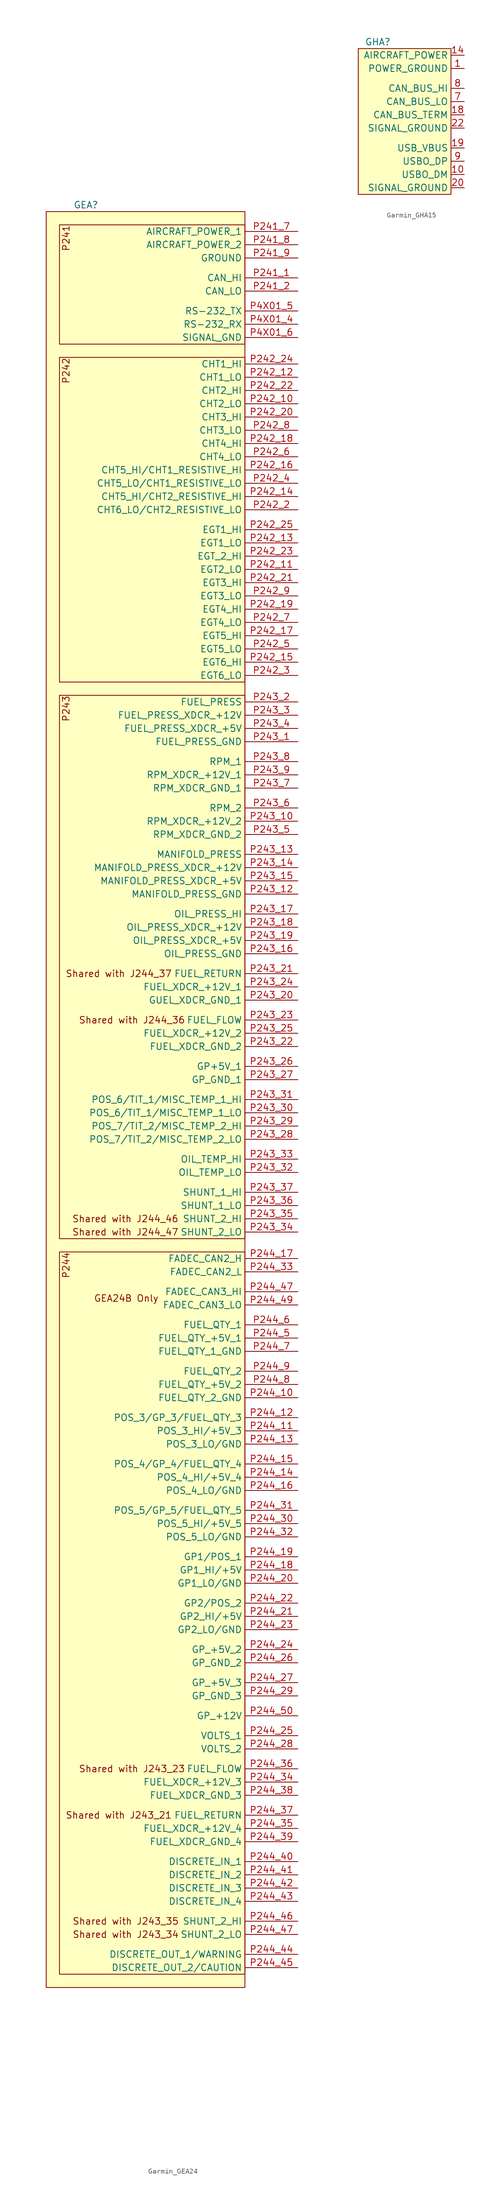
<source format=kicad_sym>
(kicad_symbol_lib
  (version 20220914)
  (generator kicad_symbol_editor)
  (symbol "Garmin_GEA24"
    (property "Reference" "GEA"
      (at 3.81 1.27 0)
      (effects (font (size 1.27 1.27))))
    (property "Value" ""
      (at 0 0 0)
      (effects (font (size 1.27 1.27))))
    (symbol "Garmin_GEA24_1_1"
      (rectangle (start -3.81 0) (end 34.29 -340.36) (stroke (width 0) (type default)) (fill (type background)))
      (rectangle (start -1.27 -199.39) (end 34.29 -337.82) (stroke (width 0) (type default)) (fill (type background)))
      (rectangle (start -1.27 -92.71) (end 34.29 -196.85) (stroke (width 0) (type default)) (fill (type background)))
      (rectangle (start -1.27 -27.94) (end 34.29 -90.17) (stroke (width 0) (type default)) (fill (type background)))
      (rectangle (start -1.27 -2.54) (end 34.29 -25.4) (stroke (width 0) (type default)) (fill (type background)))
      (text "GEA24B Only" (at 17.78 -208.28 0) (effects (font (size 1.27 1.27)) (justify right)))
      (text "P241" (at 0 -2.54 900) (effects (font (size 1.27 1.27)) (justify right)))
      (text "P242" (at 0 -27.94 900) (effects (font (size 1.27 1.27)) (justify right)))
      (text "P243" (at 0 -92.71 900) (effects (font (size 1.27 1.27)) (justify right)))
      (text "P244" (at 0 -199.39 900) (effects (font (size 1.27 1.27)) (justify right)))
      (text "Shared with J243_21" (at 20.32 -307.34 0) (effects (font (size 1.27 1.27)) (justify right)))
      (text "Shared with J243_23" (at 22.86 -298.45 0) (effects (font (size 1.27 1.27)) (justify right)))
      (text "Shared with J243_34" (at 11.43 -330.2 0) (effects (font (size 1.27 1.27))))
      (text "Shared with J243_35" (at 11.43 -327.66 0) (effects (font (size 1.27 1.27))))
      (text "Shared with J244_36" (at 22.86 -154.94 0) (effects (font (size 1.27 1.27)) (justify right)))
      (text "Shared with J244_37" (at 20.32 -146.05 0) (effects (font (size 1.27 1.27)) (justify right)))
      (text "Shared with J244_46" (at 21.59 -193.04 0) (effects (font (size 1.27 1.27)) (justify right)))
      (text "Shared with J244_47" (at 21.59 -195.58 0) (effects (font (size 1.27 1.27)) (justify right)))
      (pin bidirectional line (at 44.45 -12.7 180) (length 10.16) (name "CAN_HI" (effects (font (size 1.27 1.27)))) (number "P241_1" (effects (font (size 1.27 1.27)))))
      (pin bidirectional line (at 44.45 -15.24 180) (length 10.16) (name "CAN_LO" (effects (font (size 1.27 1.27)))) (number "P241_2" (effects (font (size 1.27 1.27)))))
      (pin power_in line (at 44.45 -3.81 180) (length 10.16) (name "AIRCRAFT_POWER_1" (effects (font (size 1.27 1.27)))) (number "P241_7" (effects (font (size 1.27 1.27)))))
      (pin power_in line (at 44.45 -6.35 180) (length 10.16) (name "AIRCRAFT_POWER_2" (effects (font (size 1.27 1.27)))) (number "P241_8" (effects (font (size 1.27 1.27)))))
      (pin passive line (at 44.45 -8.89 180) (length 10.16) (name "GROUND" (effects (font (size 1.27 1.27)))) (number "P241_9" (effects (font (size 1.27 1.27)))))
      (pin passive line (at 44.45 -36.83 180) (length 10.16) (name "CHT2_LO" (effects (font (size 1.27 1.27)))) (number "P242_10" (effects (font (size 1.27 1.27)))))
      (pin passive line (at 44.45 -68.58 180) (length 10.16) (name "EGT2_LO" (effects (font (size 1.27 1.27)))) (number "P242_11" (effects (font (size 1.27 1.27)))))
      (pin passive line (at 44.45 -31.75 180) (length 10.16) (name "CHT1_LO" (effects (font (size 1.27 1.27)))) (number "P242_12" (effects (font (size 1.27 1.27)))))
      (pin passive line (at 44.45 -63.5 180) (length 10.16) (name "EGT1_LO" (effects (font (size 1.27 1.27)))) (number "P242_13" (effects (font (size 1.27 1.27)))))
      (pin input line (at 44.45 -54.61 180) (length 10.16) (name "CHT5_HI/CHT2_RESISTIVE_HI" (effects (font (size 1.27 1.27)))) (number "P242_14" (effects (font (size 1.27 1.27)))))
      (pin input line (at 44.45 -86.36 180) (length 10.16) (name "EGT6_HI" (effects (font (size 1.27 1.27)))) (number "P242_15" (effects (font (size 1.27 1.27)))))
      (pin input line (at 44.45 -49.53 180) (length 10.16) (name "CHT5_HI/CHT1_RESISTIVE_HI" (effects (font (size 1.27 1.27)))) (number "P242_16" (effects (font (size 1.27 1.27)))))
      (pin input line (at 44.45 -81.28 180) (length 10.16) (name "EGT5_HI" (effects (font (size 1.27 1.27)))) (number "P242_17" (effects (font (size 1.27 1.27)))))
      (pin input line (at 44.45 -44.45 180) (length 10.16) (name "CHT4_HI" (effects (font (size 1.27 1.27)))) (number "P242_18" (effects (font (size 1.27 1.27)))))
      (pin input line (at 44.45 -76.2 180) (length 10.16) (name "EGT4_HI" (effects (font (size 1.27 1.27)))) (number "P242_19" (effects (font (size 1.27 1.27)))))
      (pin passive line (at 44.45 -57.15 180) (length 10.16) (name "CHT6_LO/CHT2_RESISTIVE_LO" (effects (font (size 1.27 1.27)))) (number "P242_2" (effects (font (size 1.27 1.27)))))
      (pin input line (at 44.45 -39.37 180) (length 10.16) (name "CHT3_HI" (effects (font (size 1.27 1.27)))) (number "P242_20" (effects (font (size 1.27 1.27)))))
      (pin input line (at 44.45 -71.12 180) (length 10.16) (name "EGT3_HI" (effects (font (size 1.27 1.27)))) (number "P242_21" (effects (font (size 1.27 1.27)))))
      (pin input line (at 44.45 -34.29 180) (length 10.16) (name "CHT2_HI" (effects (font (size 1.27 1.27)))) (number "P242_22" (effects (font (size 1.27 1.27)))))
      (pin input line (at 44.45 -66.04 180) (length 10.16) (name "EGT_2_HI" (effects (font (size 1.27 1.27)))) (number "P242_23" (effects (font (size 1.27 1.27)))))
      (pin input line (at 44.45 -29.21 180) (length 10.16) (name "CHT1_HI" (effects (font (size 1.27 1.27)))) (number "P242_24" (effects (font (size 1.27 1.27)))))
      (pin input line (at 44.45 -60.96 180) (length 10.16) (name "EGT1_HI" (effects (font (size 1.27 1.27)))) (number "P242_25" (effects (font (size 1.27 1.27)))))
      (pin passive line (at 44.45 -88.9 180) (length 10.16) (name "EGT6_LO" (effects (font (size 1.27 1.27)))) (number "P242_3" (effects (font (size 1.27 1.27)))))
      (pin passive line (at 44.45 -52.07 180) (length 10.16) (name "CHT5_LO/CHT1_RESISTIVE_LO" (effects (font (size 1.27 1.27)))) (number "P242_4" (effects (font (size 1.27 1.27)))))
      (pin passive line (at 44.45 -83.82 180) (length 10.16) (name "EGT5_LO" (effects (font (size 1.27 1.27)))) (number "P242_5" (effects (font (size 1.27 1.27)))))
      (pin passive line (at 44.45 -46.99 180) (length 10.16) (name "CHT4_LO" (effects (font (size 1.27 1.27)))) (number "P242_6" (effects (font (size 1.27 1.27)))))
      (pin passive line (at 44.45 -78.74 180) (length 10.16) (name "EGT4_LO" (effects (font (size 1.27 1.27)))) (number "P242_7" (effects (font (size 1.27 1.27)))))
      (pin passive line (at 44.45 -41.91 180) (length 10.16) (name "CHT3_LO" (effects (font (size 1.27 1.27)))) (number "P242_8" (effects (font (size 1.27 1.27)))))
      (pin passive line (at 44.45 -73.66 180) (length 10.16) (name "EGT3_LO" (effects (font (size 1.27 1.27)))) (number "P242_9" (effects (font (size 1.27 1.27)))))
      (pin passive line (at 44.45 -101.6 180) (length 10.16) (name "FUEL_PRESS_GND" (effects (font (size 1.27 1.27)))) (number "P243_1" (effects (font (size 1.27 1.27)))))
      (pin output line (at 44.45 -116.84 180) (length 10.16) (name "RPM_XDCR_+12V_2" (effects (font (size 1.27 1.27)))) (number "P243_10" (effects (font (size 1.27 1.27)))))
      (pin passive line (at 44.45 -130.81 180) (length 10.16) (name "MANIFOLD_PRESS_GND" (effects (font (size 1.27 1.27)))) (number "P243_12" (effects (font (size 1.27 1.27)))))
      (pin input line (at 44.45 -123.19 180) (length 10.16) (name "MANIFOLD_PRESS" (effects (font (size 1.27 1.27)))) (number "P243_13" (effects (font (size 1.27 1.27)))))
      (pin output line (at 44.45 -125.73 180) (length 10.16) (name "MANIFOLD_PRESS_XDCR_+12V" (effects (font (size 1.27 1.27)))) (number "P243_14" (effects (font (size 1.27 1.27)))))
      (pin output line (at 44.45 -128.27 180) (length 10.16) (name "MANIFOLD_PRESS_XDCR_+5V" (effects (font (size 1.27 1.27)))) (number "P243_15" (effects (font (size 1.27 1.27)))))
      (pin passive line (at 44.45 -142.24 180) (length 10.16) (name "OIL_PRESS_GND" (effects (font (size 1.27 1.27)))) (number "P243_16" (effects (font (size 1.27 1.27)))))
      (pin input line (at 44.45 -134.62 180) (length 10.16) (name "OIL_PRESS_HI" (effects (font (size 1.27 1.27)))) (number "P243_17" (effects (font (size 1.27 1.27)))))
      (pin output line (at 44.45 -137.16 180) (length 10.16) (name "OIL_PRESS_XDCR_+12V" (effects (font (size 1.27 1.27)))) (number "P243_18" (effects (font (size 1.27 1.27)))))
      (pin output line (at 44.45 -139.7 180) (length 10.16) (name "OIL_PRESS_XDCR_+5V" (effects (font (size 1.27 1.27)))) (number "P243_19" (effects (font (size 1.27 1.27)))))
      (pin input line (at 44.45 -93.98 180) (length 10.16) (name "FUEL_PRESS" (effects (font (size 1.27 1.27)))) (number "P243_2" (effects (font (size 1.27 1.27)))))
      (pin passive line (at 44.45 -151.13 180) (length 10.16) (name "GUEL_XDCR_GND_1" (effects (font (size 1.27 1.27)))) (number "P243_20" (effects (font (size 1.27 1.27)))))
      (pin input line (at 44.45 -146.05 180) (length 10.16) (name "FUEL_RETURN" (effects (font (size 1.27 1.27)))) (number "P243_21" (effects (font (size 1.27 1.27)))))
      (pin passive line (at 44.45 -160.02 180) (length 10.16) (name "FUEL_XDCR_GND_2" (effects (font (size 1.27 1.27)))) (number "P243_22" (effects (font (size 1.27 1.27)))))
      (pin input line (at 44.45 -154.94 180) (length 10.16) (name "FUEL_FLOW" (effects (font (size 1.27 1.27)))) (number "P243_23" (effects (font (size 1.27 1.27)))))
      (pin input line (at 44.45 -148.59 180) (length 10.16) (name "FUEL_XDCR_+12V_1" (effects (font (size 1.27 1.27)))) (number "P243_24" (effects (font (size 1.27 1.27)))))
      (pin output line (at 44.45 -157.48 180) (length 10.16) (name "FUEL_XDCR_+12V_2" (effects (font (size 1.27 1.27)))) (number "P243_25" (effects (font (size 1.27 1.27)))))
      (pin output line (at 44.45 -163.83 180) (length 10.16) (name "GP+5V_1" (effects (font (size 1.27 1.27)))) (number "P243_26" (effects (font (size 1.27 1.27)))))
      (pin passive line (at 44.45 -166.37 180) (length 10.16) (name "GP_GND_1" (effects (font (size 1.27 1.27)))) (number "P243_27" (effects (font (size 1.27 1.27)))))
      (pin passive line (at 44.45 -177.8 180) (length 10.16) (name "POS_7/TIT_2/MISC_TEMP_2_LO" (effects (font (size 1.27 1.27)))) (number "P243_28" (effects (font (size 1.27 1.27)))))
      (pin input line (at 44.45 -175.26 180) (length 10.16) (name "POS_7/TIT_2/MISC_TEMP_2_HI" (effects (font (size 1.27 1.27)))) (number "P243_29" (effects (font (size 1.27 1.27)))))
      (pin output line (at 44.45 -96.52 180) (length 10.16) (name "FUEL_PRESS_XDCR_+12V" (effects (font (size 1.27 1.27)))) (number "P243_3" (effects (font (size 1.27 1.27)))))
      (pin passive line (at 44.45 -172.72 180) (length 10.16) (name "POS_6/TIT_1/MISC_TEMP_1_LO" (effects (font (size 1.27 1.27)))) (number "P243_30" (effects (font (size 1.27 1.27)))))
      (pin input line (at 44.45 -170.18 180) (length 10.16) (name "POS_6/TIT_1/MISC_TEMP_1_HI" (effects (font (size 1.27 1.27)))) (number "P243_31" (effects (font (size 1.27 1.27)))))
      (pin passive line (at 44.45 -184.15 180) (length 10.16) (name "OIL_TEMP_LO" (effects (font (size 1.27 1.27)))) (number "P243_32" (effects (font (size 1.27 1.27)))))
      (pin input line (at 44.45 -181.61 180) (length 10.16) (name "OIL_TEMP_HI" (effects (font (size 1.27 1.27)))) (number "P243_33" (effects (font (size 1.27 1.27)))))
      (pin passive line (at 44.45 -195.58 180) (length 10.16) (name "SHUNT_2_LO" (effects (font (size 1.27 1.27)))) (number "P243_34" (effects (font (size 1.27 1.27)))))
      (pin input line (at 44.45 -193.04 180) (length 10.16) (name "SHUNT_2_HI" (effects (font (size 1.27 1.27)))) (number "P243_35" (effects (font (size 1.27 1.27)))))
      (pin passive line (at 44.45 -190.5 180) (length 10.16) (name "SHUNT_1_LO" (effects (font (size 1.27 1.27)))) (number "P243_36" (effects (font (size 1.27 1.27)))))
      (pin input line (at 44.45 -187.96 180) (length 10.16) (name "SHUNT_1_HI" (effects (font (size 1.27 1.27)))) (number "P243_37" (effects (font (size 1.27 1.27)))))
      (pin output line (at 44.45 -99.06 180) (length 10.16) (name "FUEL_PRESS_XDCR_+5V" (effects (font (size 1.27 1.27)))) (number "P243_4" (effects (font (size 1.27 1.27)))))
      (pin passive line (at 44.45 -119.38 180) (length 10.16) (name "RPM_XDCR_GND_2" (effects (font (size 1.27 1.27)))) (number "P243_5" (effects (font (size 1.27 1.27)))))
      (pin input line (at 44.45 -114.3 180) (length 10.16) (name "RPM_2" (effects (font (size 1.27 1.27)))) (number "P243_6" (effects (font (size 1.27 1.27)))))
      (pin passive line (at 44.45 -110.49 180) (length 10.16) (name "RPM_XDCR_GND_1" (effects (font (size 1.27 1.27)))) (number "P243_7" (effects (font (size 1.27 1.27)))))
      (pin input line (at 44.45 -105.41 180) (length 10.16) (name "RPM_1" (effects (font (size 1.27 1.27)))) (number "P243_8" (effects (font (size 1.27 1.27)))))
      (pin output line (at 44.45 -107.95 180) (length 10.16) (name "RPM_XDCR_+12V_1" (effects (font (size 1.27 1.27)))) (number "P243_9" (effects (font (size 1.27 1.27)))))
      (pin passive line (at 44.45 -227.33 180) (length 10.16) (name "FUEL_QTY_2_GND" (effects (font (size 1.27 1.27)))) (number "P244_10" (effects (font (size 1.27 1.27)))))
      (pin output line (at 44.45 -233.68 180) (length 10.16) (name "POS_3_HI/+5V_3" (effects (font (size 1.27 1.27)))) (number "P244_11" (effects (font (size 1.27 1.27)))))
      (pin input line (at 44.45 -231.14 180) (length 10.16) (name "POS_3/GP_3/FUEL_QTY_3" (effects (font (size 1.27 1.27)))) (number "P244_12" (effects (font (size 1.27 1.27)))))
      (pin passive line (at 44.45 -236.22 180) (length 10.16) (name "POS_3_LO/GND" (effects (font (size 1.27 1.27)))) (number "P244_13" (effects (font (size 1.27 1.27)))))
      (pin output line (at 44.45 -242.57 180) (length 10.16) (name "POS_4_HI/+5V_4" (effects (font (size 1.27 1.27)))) (number "P244_14" (effects (font (size 1.27 1.27)))))
      (pin input line (at 44.45 -240.03 180) (length 10.16) (name "POS_4/GP_4/FUEL_QTY_4" (effects (font (size 1.27 1.27)))) (number "P244_15" (effects (font (size 1.27 1.27)))))
      (pin passive line (at 44.45 -245.11 180) (length 10.16) (name "POS_4_LO/GND" (effects (font (size 1.27 1.27)))) (number "P244_16" (effects (font (size 1.27 1.27)))))
      (pin bidirectional line (at 44.45 -200.66 180) (length 10.16) (name "FADEC_CAN2_H" (effects (font (size 1.27 1.27)))) (number "P244_17" (effects (font (size 1.27 1.27)))))
      (pin output line (at 44.45 -260.35 180) (length 10.16) (name "GP1_HI/+5V" (effects (font (size 1.27 1.27)))) (number "P244_18" (effects (font (size 1.27 1.27)))))
      (pin input line (at 44.45 -257.81 180) (length 10.16) (name "GP1/POS_1" (effects (font (size 1.27 1.27)))) (number "P244_19" (effects (font (size 1.27 1.27)))))
      (pin passive line (at 44.45 -262.89 180) (length 10.16) (name "GP1_LO/GND" (effects (font (size 1.27 1.27)))) (number "P244_20" (effects (font (size 1.27 1.27)))))
      (pin output line (at 44.45 -269.24 180) (length 10.16) (name "GP2_HI/+5V" (effects (font (size 1.27 1.27)))) (number "P244_21" (effects (font (size 1.27 1.27)))))
      (pin input line (at 44.45 -266.7 180) (length 10.16) (name "GP2/POS_2" (effects (font (size 1.27 1.27)))) (number "P244_22" (effects (font (size 1.27 1.27)))))
      (pin passive line (at 44.45 -271.78 180) (length 10.16) (name "GP2_LO/GND" (effects (font (size 1.27 1.27)))) (number "P244_23" (effects (font (size 1.27 1.27)))))
      (pin output line (at 44.45 -275.59 180) (length 10.16) (name "GP_+5V_2" (effects (font (size 1.27 1.27)))) (number "P244_24" (effects (font (size 1.27 1.27)))))
      (pin input line (at 44.45 -292.1 180) (length 10.16) (name "VOLTS_1" (effects (font (size 1.27 1.27)))) (number "P244_25" (effects (font (size 1.27 1.27)))))
      (pin passive line (at 44.45 -278.13 180) (length 10.16) (name "GP_GND_2" (effects (font (size 1.27 1.27)))) (number "P244_26" (effects (font (size 1.27 1.27)))))
      (pin output line (at 44.45 -281.94 180) (length 10.16) (name "GP_+5V_3" (effects (font (size 1.27 1.27)))) (number "P244_27" (effects (font (size 1.27 1.27)))))
      (pin input line (at 44.45 -294.64 180) (length 10.16) (name "VOLTS_2" (effects (font (size 1.27 1.27)))) (number "P244_28" (effects (font (size 1.27 1.27)))))
      (pin passive line (at 44.45 -284.48 180) (length 10.16) (name "GP_GND_3" (effects (font (size 1.27 1.27)))) (number "P244_29" (effects (font (size 1.27 1.27)))))
      (pin output line (at 44.45 -251.46 180) (length 10.16) (name "POS_5_HI/+5V_5" (effects (font (size 1.27 1.27)))) (number "P244_30" (effects (font (size 1.27 1.27)))))
      (pin input line (at 44.45 -248.92 180) (length 10.16) (name "POS_5/GP_5/FUEL_QTY_5" (effects (font (size 1.27 1.27)))) (number "P244_31" (effects (font (size 1.27 1.27)))))
      (pin passive line (at 44.45 -254 180) (length 10.16) (name "POS_5_LO/GND" (effects (font (size 1.27 1.27)))) (number "P244_32" (effects (font (size 1.27 1.27)))))
      (pin bidirectional line (at 44.45 -203.2 180) (length 10.16) (name "FADEC_CAN2_L" (effects (font (size 1.27 1.27)))) (number "P244_33" (effects (font (size 1.27 1.27)))))
      (pin output line (at 44.45 -300.99 180) (length 10.16) (name "FUEL_XDCR_+12V_3" (effects (font (size 1.27 1.27)))) (number "P244_34" (effects (font (size 1.27 1.27)))))
      (pin output line (at 44.45 -309.88 180) (length 10.16) (name "FUEL_XDCR_+12V_4" (effects (font (size 1.27 1.27)))) (number "P244_35" (effects (font (size 1.27 1.27)))))
      (pin input line (at 44.45 -298.45 180) (length 10.16) (name "FUEL_FLOW" (effects (font (size 1.27 1.27)))) (number "P244_36" (effects (font (size 1.27 1.27)))))
      (pin input line (at 44.45 -307.34 180) (length 10.16) (name "FUEL_RETURN" (effects (font (size 1.27 1.27)))) (number "P244_37" (effects (font (size 1.27 1.27)))))
      (pin passive line (at 44.45 -303.53 180) (length 10.16) (name "FUEL_XDCR_GND_3" (effects (font (size 1.27 1.27)))) (number "P244_38" (effects (font (size 1.27 1.27)))))
      (pin passive line (at 44.45 -312.42 180) (length 10.16) (name "FUEL_XDCR_GND_4" (effects (font (size 1.27 1.27)))) (number "P244_39" (effects (font (size 1.27 1.27)))))
      (pin input line (at 44.45 -316.23 180) (length 10.16) (name "DISCRETE_IN_1" (effects (font (size 1.27 1.27)))) (number "P244_40" (effects (font (size 1.27 1.27)))))
      (pin input line (at 44.45 -318.77 180) (length 10.16) (name "DISCRETE_IN_2" (effects (font (size 1.27 1.27)))) (number "P244_41" (effects (font (size 1.27 1.27)))))
      (pin input line (at 44.45 -321.31 180) (length 10.16) (name "DISCRETE_IN_3" (effects (font (size 1.27 1.27)))) (number "P244_42" (effects (font (size 1.27 1.27)))))
      (pin input line (at 44.45 -323.85 180) (length 10.16) (name "DISCRETE_IN_4" (effects (font (size 1.27 1.27)))) (number "P244_43" (effects (font (size 1.27 1.27)))))
      (pin output line (at 44.45 -334.01 180) (length 10.16) (name "DISCRETE_OUT_1/WARNING" (effects (font (size 1.27 1.27)))) (number "P244_44" (effects (font (size 1.27 1.27)))))
      (pin output line (at 44.45 -336.55 180) (length 10.16) (name "DISCRETE_OUT_2/CAUTION" (effects (font (size 1.27 1.27)))) (number "P244_45" (effects (font (size 1.27 1.27)))))
      (pin input line (at 44.45 -327.66 180) (length 10.16) (name "SHUNT_2_HI" (effects (font (size 1.27 1.27)))) (number "P244_46" (effects (font (size 1.27 1.27)))))
      (pin bidirectional line (at 44.45 -207.01 180) (length 10.16) (name "FADEC_CAN3_HI" (effects (font (size 1.27 1.27)))) (number "P244_47" (effects (font (size 1.27 1.27)))))
      (pin passive line (at 44.45 -330.2 180) (length 10.16) (name "SHUNT_2_LO" (effects (font (size 1.27 1.27)))) (number "P244_47" (effects (font (size 1.27 1.27)))))
      (pin bidirectional line (at 44.45 -209.55 180) (length 10.16) (name "FADEC_CAN3_LO" (effects (font (size 1.27 1.27)))) (number "P244_49" (effects (font (size 1.27 1.27)))))
      (pin output line (at 44.45 -215.9 180) (length 10.16) (name "FUEL_QTY_+5V_1" (effects (font (size 1.27 1.27)))) (number "P244_5" (effects (font (size 1.27 1.27)))))
      (pin output line (at 44.45 -288.29 180) (length 10.16) (name "GP_+12V" (effects (font (size 1.27 1.27)))) (number "P244_50" (effects (font (size 1.27 1.27)))))
      (pin input line (at 44.45 -213.36 180) (length 10.16) (name "FUEL_QTY_1" (effects (font (size 1.27 1.27)))) (number "P244_6" (effects (font (size 1.27 1.27)))))
      (pin passive line (at 44.45 -218.44 180) (length 10.16) (name "FUEL_QTY_1_GND" (effects (font (size 1.27 1.27)))) (number "P244_7" (effects (font (size 1.27 1.27)))))
      (pin output line (at 44.45 -224.79 180) (length 10.16) (name "FUEL_QTY_+5V_2" (effects (font (size 1.27 1.27)))) (number "P244_8" (effects (font (size 1.27 1.27)))))
      (pin input line (at 44.45 -222.25 180) (length 10.16) (name "FUEL_QTY_2" (effects (font (size 1.27 1.27)))) (number "P244_9" (effects (font (size 1.27 1.27)))))
      (pin input line (at 44.45 -21.59 180) (length 10.16) (name "RS-232_RX" (effects (font (size 1.27 1.27)))) (number "P4X01_4" (effects (font (size 1.27 1.27)))))
      (pin output line (at 44.45 -19.05 180) (length 10.16) (name "RS-232_TX" (effects (font (size 1.27 1.27)))) (number "P4X01_5" (effects (font (size 1.27 1.27)))))
      (pin passive line (at 44.45 -24.13 180) (length 10.16) (name "SIGNAL_GND" (effects (font (size 1.27 1.27)))) (number "P4X01_6" (effects (font (size 1.27 1.27)))))))
  (symbol "Garmin_GHA15"
    (property "Reference" "GHA"
      (at 1.27 1.27 0)
      (effects (font (size 1.27 1.27)) (justify left)))
    (property "Value" ""
      (at 0 0 0)
      (effects (font (size 1.27 1.27))))
    (symbol "Garmin_GHA15_1_1"
      (rectangle (start 0 0) (end 17.78 -27.94) (stroke (width 0) (type default)) (fill (type background)))
      (pin passive line (at 20.32 -3.81 180) (length 2.54) (name "POWER_GROUND" (effects (font (size 1.27 1.27)))) (number "1" (effects (font (size 1.27 1.27)))))
      (pin bidirectional line (at 20.32 -24.13 180) (length 2.54) (name "USBO_DM" (effects (font (size 1.27 1.27)))) (number "10" (effects (font (size 1.27 1.27)))))
      (pin power_in line (at 20.32 -1.27 180) (length 2.54) (name "AIRCRAFT_POWER" (effects (font (size 1.27 1.27)))) (number "14" (effects (font (size 1.27 1.27)))))
      (pin output line (at 20.32 -12.7 180) (length 2.54) (name "CAN_BUS_TERM" (effects (font (size 1.27 1.27)))) (number "18" (effects (font (size 1.27 1.27)))))
      (pin power_in line (at 20.32 -19.05 180) (length 2.54) (name "USB_VBUS" (effects (font (size 1.27 1.27)))) (number "19" (effects (font (size 1.27 1.27)))))
      (pin passive line (at 20.32 -26.67 180) (length 2.54) (name "SIGNAL_GROUND" (effects (font (size 1.27 1.27)))) (number "20" (effects (font (size 1.27 1.27)))))
      (pin passive line (at 20.32 -15.24 180) (length 2.54) (name "SIGNAL_GROUND" (effects (font (size 1.27 1.27)))) (number "22" (effects (font (size 1.27 1.27)))))
      (pin bidirectional line (at 20.32 -10.16 180) (length 2.54) (name "CAN_BUS_LO" (effects (font (size 1.27 1.27)))) (number "7" (effects (font (size 1.27 1.27)))))
      (pin bidirectional line (at 20.32 -7.62 180) (length 2.54) (name "CAN_BUS_HI" (effects (font (size 1.27 1.27)))) (number "8" (effects (font (size 1.27 1.27)))))
      (pin bidirectional line (at 20.32 -21.59 180) (length 2.54) (name "USBO_DP" (effects (font (size 1.27 1.27)))) (number "9" (effects (font (size 1.27 1.27))))))))
</source>
